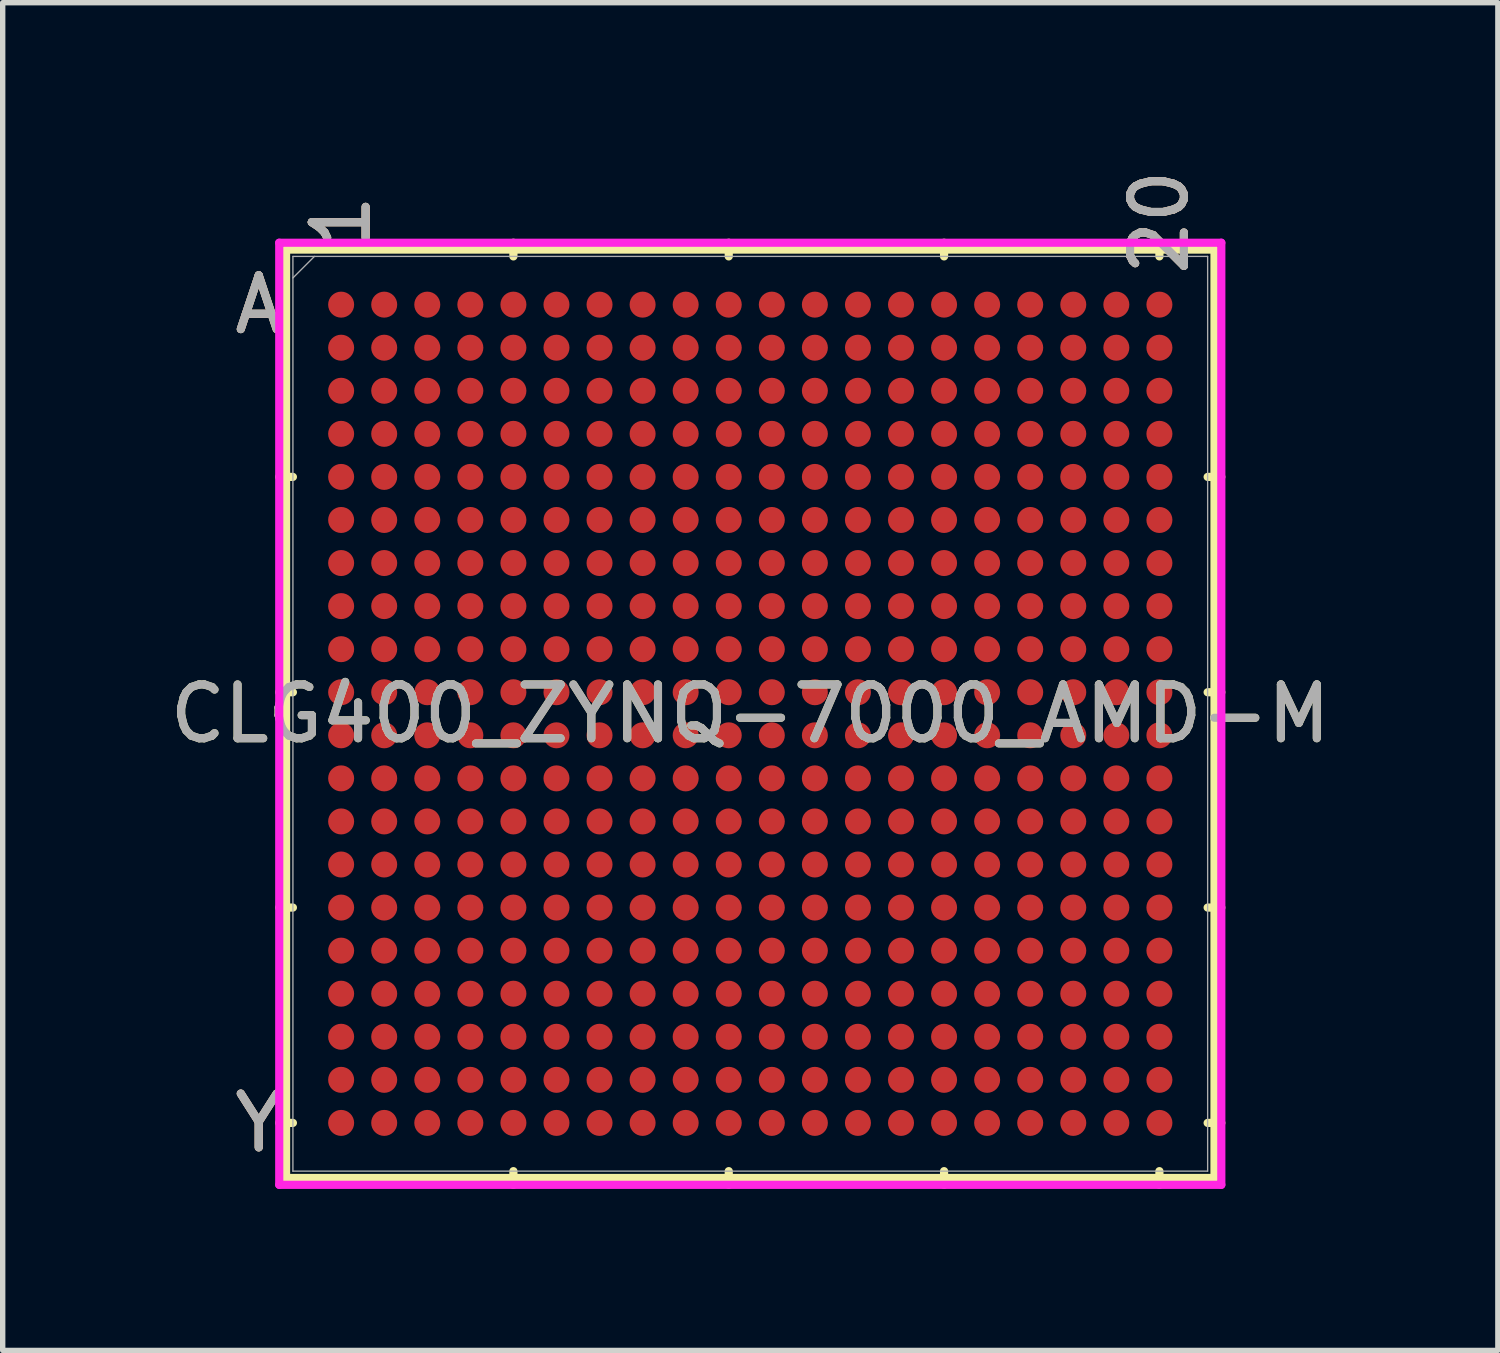
<source format=kicad_pcb>
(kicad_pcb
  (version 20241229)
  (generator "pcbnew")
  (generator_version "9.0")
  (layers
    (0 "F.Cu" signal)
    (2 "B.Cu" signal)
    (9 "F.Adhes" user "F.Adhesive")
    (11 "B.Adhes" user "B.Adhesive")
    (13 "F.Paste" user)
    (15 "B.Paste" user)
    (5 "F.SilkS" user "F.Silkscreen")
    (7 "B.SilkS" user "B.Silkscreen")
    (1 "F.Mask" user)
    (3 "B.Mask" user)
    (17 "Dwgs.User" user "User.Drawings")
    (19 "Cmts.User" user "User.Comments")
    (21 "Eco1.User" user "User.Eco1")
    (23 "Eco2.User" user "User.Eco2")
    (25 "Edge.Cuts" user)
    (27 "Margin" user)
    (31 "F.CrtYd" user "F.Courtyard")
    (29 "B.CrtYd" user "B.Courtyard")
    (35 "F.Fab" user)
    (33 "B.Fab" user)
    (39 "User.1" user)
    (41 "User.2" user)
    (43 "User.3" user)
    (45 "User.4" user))
  (footprint "CLG400_ZYNQ-7000_AMD-M"
    (layer "F.Cu")
    (at 10.887 10.209)
    (property "Reference" "CLG400_ZYNQ-7000_AMD-M" (at 0 0 0) (unlocked yes) (layer "F.SilkS") (effects (font (size 1 1) (thickness 0.15))))
    (attr smd)
    (fp_line (start -8.623 -8.623) (end -8.623 8.623) (stroke (width 0.152) (type solid)) (layer "F.SilkS"))
    (fp_line (start -8.623 8.623) (end 8.623 8.623) (stroke (width 0.152) (type solid)) (layer "F.SilkS"))
    (fp_line (start -8.496 -4.4) (end -8.75 -4.4) (stroke (width 0.152) (type solid)) (layer "F.SilkS"))
    (fp_line (start -8.496 -0.4) (end -8.75 -0.4) (stroke (width 0.152) (type solid)) (layer "F.SilkS"))
    (fp_line (start -8.496 3.6) (end -8.75 3.6) (stroke (width 0.152) (type solid)) (layer "F.SilkS"))
    (fp_line (start -8.496 7.6) (end -8.75 7.6) (stroke (width 0.152) (type solid)) (layer "F.SilkS"))
    (fp_line (start -4.4 -8.496) (end -4.4 -8.75) (stroke (width 0.152) (type solid)) (layer "F.SilkS"))
    (fp_line (start -4.4 8.496) (end -4.4 8.75) (stroke (width 0.152) (type solid)) (layer "F.SilkS"))
    (fp_line (start -0.4 -8.496) (end -0.4 -8.75) (stroke (width 0.152) (type solid)) (layer "F.SilkS"))
    (fp_line (start -0.4 8.496) (end -0.4 8.75) (stroke (width 0.152) (type solid)) (layer "F.SilkS"))
    (fp_line (start 3.6 -8.496) (end 3.6 -8.75) (stroke (width 0.152) (type solid)) (layer "F.SilkS"))
    (fp_line (start 3.6 8.496) (end 3.6 8.75) (stroke (width 0.152) (type solid)) (layer "F.SilkS"))
    (fp_line (start 7.6 -8.496) (end 7.6 -8.75) (stroke (width 0.152) (type solid)) (layer "F.SilkS"))
    (fp_line (start 7.6 8.496) (end 7.6 8.75) (stroke (width 0.152) (type solid)) (layer "F.SilkS"))
    (fp_line (start 8.496 -4.4) (end 8.75 -4.4) (stroke (width 0.152) (type solid)) (layer "F.SilkS"))
    (fp_line (start 8.496 -0.4) (end 8.75 -0.4) (stroke (width 0.152) (type solid)) (layer "F.SilkS"))
    (fp_line (start 8.496 3.6) (end 8.75 3.6) (stroke (width 0.152) (type solid)) (layer "F.SilkS"))
    (fp_line (start 8.496 7.6) (end 8.75 7.6) (stroke (width 0.152) (type solid)) (layer "F.SilkS"))
    (fp_line (start 8.623 -8.623) (end -8.623 -8.623) (stroke (width 0.152) (type solid)) (layer "F.SilkS"))
    (fp_line (start 8.623 8.623) (end 8.623 -8.623) (stroke (width 0.152) (type solid)) (layer "F.SilkS"))
    (fp_poly (pts (xy -8.444 -8.444) (xy 8.444 -8.444) (xy 8.444 8.444) (xy -8.444 8.444)) (stroke (width 0.1) (type solid)) (fill no) (layer "Eco2.User"))
    (fp_line (start -8.75 -8.75) (end 8.75 -8.75) (stroke (width 0.152) (type solid)) (layer "F.CrtYd"))
    (fp_line (start -8.75 8.75) (end -8.75 -8.75) (stroke (width 0.152) (type solid)) (layer "F.CrtYd"))
    (fp_line (start 8.75 -8.75) (end 8.75 8.75) (stroke (width 0.152) (type solid)) (layer "F.CrtYd"))
    (fp_line (start 8.75 8.75) (end -8.75 8.75) (stroke (width 0.152) (type solid)) (layer "F.CrtYd"))
    (fp_line (start -8.496 -8.496) (end -8.496 8.496) (stroke (width 0.025) (type solid)) (layer "F.Fab"))
    (fp_line (start -8.496 8.496) (end 8.496 8.496) (stroke (width 0.025) (type solid)) (layer "F.Fab"))
    (fp_line (start -8.096 -8.496) (end -8.496 -8.096) (stroke (width 0.025) (type solid)) (layer "F.Fab"))
    (fp_line (start 8.496 -8.496) (end -8.496 -8.496) (stroke (width 0.025) (type solid)) (layer "F.Fab"))
    (fp_line (start 8.496 8.496) (end 8.496 -8.496) (stroke (width 0.025) (type solid)) (layer "F.Fab"))
    (fp_text user "A" (at -9.131 -7.6 0) (unlocked yes) (layer "F.SilkS") (effects (font (size 1 1) (thickness 0.15))))
    (fp_text user "Y" (at -9.131 7.6 0) (unlocked yes) (layer "F.SilkS") (effects (font (size 1 1) (thickness 0.15))))
    (fp_text user "20" (at 7.6 -9.131 90) (unlocked yes) (layer "F.SilkS") (effects (font (size 1 1) (thickness 0.15))))
    (fp_text user "1" (at -7.6 -9.131 90) (unlocked yes) (layer "F.SilkS") (effects (font (size 1 1) (thickness 0.15))))
    (fp_text user "A" (at -9.131 -7.6 0) (unlocked yes) (layer "B.SilkS") (effects (font (size 1 1) (thickness 0.15))))
    (fp_text user "Y" (at -9.131 7.6 0) (unlocked yes) (layer "B.SilkS") (effects (font (size 1 1) (thickness 0.15))))
    (fp_text user "20" (at 7.6 -9.131 90) (unlocked yes) (layer "B.SilkS") (effects (font (size 1 1) (thickness 0.15))))
    (fp_text user "1" (at -7.6 -9.131 90) (unlocked yes) (layer "B.SilkS") (effects (font (size 1 1) (thickness 0.15))))
    (fp_text user "${REFERENCE}" (at 0 0 0) (unlocked yes) (layer "F.Fab") (effects (font (size 1 1) (thickness 0.15))))
    (fp_text user "1" (at -7.6 -9.131 90) (unlocked yes) (layer "F.Fab") (effects (font (size 1 1) (thickness 0.15))))
    (fp_text user "Y" (at -9.131 7.6 0) (unlocked yes) (layer "F.Fab") (effects (font (size 1 1) (thickness 0.15))))
    (fp_text user "20" (at 7.6 -9.131 90) (unlocked yes) (layer "F.Fab") (effects (font (size 1 1) (thickness 0.15))))
    (fp_text user "A" (at -9.131 -7.6 0) (unlocked yes) (layer "F.Fab") (effects (font (size 1 1) (thickness 0.15))))
    (pad "A1" smd circle (at -7.6 -7.6) (size 0.483 0.483) (layers "F.Cu" "F.Mask" "F.Paste"))
    (pad "A2" smd circle (at -6.8 -7.6) (size 0.483 0.483) (layers "F.Cu" "F.Mask" "F.Paste"))
    (pad "A3" smd circle (at -6 -7.6) (size 0.483 0.483) (layers "F.Cu" "F.Mask" "F.Paste"))
    (pad "A4" smd circle (at -5.2 -7.6) (size 0.483 0.483) (layers "F.Cu" "F.Mask" "F.Paste"))
    (pad "A5" smd circle (at -4.4 -7.6) (size 0.483 0.483) (layers "F.Cu" "F.Mask" "F.Paste"))
    (pad "A6" smd circle (at -3.6 -7.6) (size 0.483 0.483) (layers "F.Cu" "F.Mask" "F.Paste"))
    (pad "A7" smd circle (at -2.8 -7.6) (size 0.483 0.483) (layers "F.Cu" "F.Mask" "F.Paste"))
    (pad "A8" smd circle (at -2 -7.6) (size 0.483 0.483) (layers "F.Cu" "F.Mask" "F.Paste"))
    (pad "A9" smd circle (at -1.2 -7.6) (size 0.483 0.483) (layers "F.Cu" "F.Mask" "F.Paste"))
    (pad "A10" smd circle (at -0.4 -7.6) (size 0.483 0.483) (layers "F.Cu" "F.Mask" "F.Paste"))
    (pad "A11" smd circle (at 0.4 -7.6) (size 0.483 0.483) (layers "F.Cu" "F.Mask" "F.Paste"))
    (pad "A12" smd circle (at 1.2 -7.6) (size 0.483 0.483) (layers "F.Cu" "F.Mask" "F.Paste"))
    (pad "A13" smd circle (at 2 -7.6) (size 0.483 0.483) (layers "F.Cu" "F.Mask" "F.Paste"))
    (pad "A14" smd circle (at 2.8 -7.6) (size 0.483 0.483) (layers "F.Cu" "F.Mask" "F.Paste"))
    (pad "A15" smd circle (at 3.6 -7.6) (size 0.483 0.483) (layers "F.Cu" "F.Mask" "F.Paste"))
    (pad "A16" smd circle (at 4.4 -7.6) (size 0.483 0.483) (layers "F.Cu" "F.Mask" "F.Paste"))
    (pad "A17" smd circle (at 5.2 -7.6) (size 0.483 0.483) (layers "F.Cu" "F.Mask" "F.Paste"))
    (pad "A18" smd circle (at 6 -7.6) (size 0.483 0.483) (layers "F.Cu" "F.Mask" "F.Paste"))
    (pad "A19" smd circle (at 6.8 -7.6) (size 0.483 0.483) (layers "F.Cu" "F.Mask" "F.Paste"))
    (pad "A20" smd circle (at 7.6 -7.6) (size 0.483 0.483) (layers "F.Cu" "F.Mask" "F.Paste"))
    (pad "B1" smd circle (at -7.6 -6.8) (size 0.483 0.483) (layers "F.Cu" "F.Mask" "F.Paste"))
    (pad "B2" smd circle (at -6.8 -6.8) (size 0.483 0.483) (layers "F.Cu" "F.Mask" "F.Paste"))
    (pad "B3" smd circle (at -6 -6.8) (size 0.483 0.483) (layers "F.Cu" "F.Mask" "F.Paste"))
    (pad "B4" smd circle (at -5.2 -6.8) (size 0.483 0.483) (layers "F.Cu" "F.Mask" "F.Paste"))
    (pad "B5" smd circle (at -4.4 -6.8) (size 0.483 0.483) (layers "F.Cu" "F.Mask" "F.Paste"))
    (pad "B6" smd circle (at -3.6 -6.8) (size 0.483 0.483) (layers "F.Cu" "F.Mask" "F.Paste"))
    (pad "B7" smd circle (at -2.8 -6.8) (size 0.483 0.483) (layers "F.Cu" "F.Mask" "F.Paste"))
    (pad "B8" smd circle (at -2 -6.8) (size 0.483 0.483) (layers "F.Cu" "F.Mask" "F.Paste"))
    (pad "B9" smd circle (at -1.2 -6.8) (size 0.483 0.483) (layers "F.Cu" "F.Mask" "F.Paste"))
    (pad "B10" smd circle (at -0.4 -6.8) (size 0.483 0.483) (layers "F.Cu" "F.Mask" "F.Paste"))
    (pad "B11" smd circle (at 0.4 -6.8) (size 0.483 0.483) (layers "F.Cu" "F.Mask" "F.Paste"))
    (pad "B12" smd circle (at 1.2 -6.8) (size 0.483 0.483) (layers "F.Cu" "F.Mask" "F.Paste"))
    (pad "B13" smd circle (at 2 -6.8) (size 0.483 0.483) (layers "F.Cu" "F.Mask" "F.Paste"))
    (pad "B14" smd circle (at 2.8 -6.8) (size 0.483 0.483) (layers "F.Cu" "F.Mask" "F.Paste"))
    (pad "B15" smd circle (at 3.6 -6.8) (size 0.483 0.483) (layers "F.Cu" "F.Mask" "F.Paste"))
    (pad "B16" smd circle (at 4.4 -6.8) (size 0.483 0.483) (layers "F.Cu" "F.Mask" "F.Paste"))
    (pad "B17" smd circle (at 5.2 -6.8) (size 0.483 0.483) (layers "F.Cu" "F.Mask" "F.Paste"))
    (pad "B18" smd circle (at 6 -6.8) (size 0.483 0.483) (layers "F.Cu" "F.Mask" "F.Paste"))
    (pad "B19" smd circle (at 6.8 -6.8) (size 0.483 0.483) (layers "F.Cu" "F.Mask" "F.Paste"))
    (pad "B20" smd circle (at 7.6 -6.8) (size 0.483 0.483) (layers "F.Cu" "F.Mask" "F.Paste"))
    (pad "C1" smd circle (at -7.6 -6) (size 0.483 0.483) (layers "F.Cu" "F.Mask" "F.Paste"))
    (pad "C2" smd circle (at -6.8 -6) (size 0.483 0.483) (layers "F.Cu" "F.Mask" "F.Paste"))
    (pad "C3" smd circle (at -6 -6) (size 0.483 0.483) (layers "F.Cu" "F.Mask" "F.Paste"))
    (pad "C4" smd circle (at -5.2 -6) (size 0.483 0.483) (layers "F.Cu" "F.Mask" "F.Paste"))
    (pad "C5" smd circle (at -4.4 -6) (size 0.483 0.483) (layers "F.Cu" "F.Mask" "F.Paste"))
    (pad "C6" smd circle (at -3.6 -6) (size 0.483 0.483) (layers "F.Cu" "F.Mask" "F.Paste"))
    (pad "C7" smd circle (at -2.8 -6) (size 0.483 0.483) (layers "F.Cu" "F.Mask" "F.Paste"))
    (pad "C8" smd circle (at -2 -6) (size 0.483 0.483) (layers "F.Cu" "F.Mask" "F.Paste"))
    (pad "C9" smd circle (at -1.2 -6) (size 0.483 0.483) (layers "F.Cu" "F.Mask" "F.Paste"))
    (pad "C10" smd circle (at -0.4 -6) (size 0.483 0.483) (layers "F.Cu" "F.Mask" "F.Paste"))
    (pad "C11" smd circle (at 0.4 -6) (size 0.483 0.483) (layers "F.Cu" "F.Mask" "F.Paste"))
    (pad "C12" smd circle (at 1.2 -6) (size 0.483 0.483) (layers "F.Cu" "F.Mask" "F.Paste"))
    (pad "C13" smd circle (at 2 -6) (size 0.483 0.483) (layers "F.Cu" "F.Mask" "F.Paste"))
    (pad "C14" smd circle (at 2.8 -6) (size 0.483 0.483) (layers "F.Cu" "F.Mask" "F.Paste"))
    (pad "C15" smd circle (at 3.6 -6) (size 0.483 0.483) (layers "F.Cu" "F.Mask" "F.Paste"))
    (pad "C16" smd circle (at 4.4 -6) (size 0.483 0.483) (layers "F.Cu" "F.Mask" "F.Paste"))
    (pad "C17" smd circle (at 5.2 -6) (size 0.483 0.483) (layers "F.Cu" "F.Mask" "F.Paste"))
    (pad "C18" smd circle (at 6 -6) (size 0.483 0.483) (layers "F.Cu" "F.Mask" "F.Paste"))
    (pad "C19" smd circle (at 6.8 -6) (size 0.483 0.483) (layers "F.Cu" "F.Mask" "F.Paste"))
    (pad "C20" smd circle (at 7.6 -6) (size 0.483 0.483) (layers "F.Cu" "F.Mask" "F.Paste"))
    (pad "D1" smd circle (at -7.6 -5.2) (size 0.483 0.483) (layers "F.Cu" "F.Mask" "F.Paste"))
    (pad "D2" smd circle (at -6.8 -5.2) (size 0.483 0.483) (layers "F.Cu" "F.Mask" "F.Paste"))
    (pad "D3" smd circle (at -6 -5.2) (size 0.483 0.483) (layers "F.Cu" "F.Mask" "F.Paste"))
    (pad "D4" smd circle (at -5.2 -5.2) (size 0.483 0.483) (layers "F.Cu" "F.Mask" "F.Paste"))
    (pad "D5" smd circle (at -4.4 -5.2) (size 0.483 0.483) (layers "F.Cu" "F.Mask" "F.Paste"))
    (pad "D6" smd circle (at -3.6 -5.2) (size 0.483 0.483) (layers "F.Cu" "F.Mask" "F.Paste"))
    (pad "D7" smd circle (at -2.8 -5.2) (size 0.483 0.483) (layers "F.Cu" "F.Mask" "F.Paste"))
    (pad "D8" smd circle (at -2 -5.2) (size 0.483 0.483) (layers "F.Cu" "F.Mask" "F.Paste"))
    (pad "D9" smd circle (at -1.2 -5.2) (size 0.483 0.483) (layers "F.Cu" "F.Mask" "F.Paste"))
    (pad "D10" smd circle (at -0.4 -5.2) (size 0.483 0.483) (layers "F.Cu" "F.Mask" "F.Paste"))
    (pad "D11" smd circle (at 0.4 -5.2) (size 0.483 0.483) (layers "F.Cu" "F.Mask" "F.Paste"))
    (pad "D12" smd circle (at 1.2 -5.2) (size 0.483 0.483) (layers "F.Cu" "F.Mask" "F.Paste"))
    (pad "D13" smd circle (at 2 -5.2) (size 0.483 0.483) (layers "F.Cu" "F.Mask" "F.Paste"))
    (pad "D14" smd circle (at 2.8 -5.2) (size 0.483 0.483) (layers "F.Cu" "F.Mask" "F.Paste"))
    (pad "D15" smd circle (at 3.6 -5.2) (size 0.483 0.483) (layers "F.Cu" "F.Mask" "F.Paste"))
    (pad "D16" smd circle (at 4.4 -5.2) (size 0.483 0.483) (layers "F.Cu" "F.Mask" "F.Paste"))
    (pad "D17" smd circle (at 5.2 -5.2) (size 0.483 0.483) (layers "F.Cu" "F.Mask" "F.Paste"))
    (pad "D18" smd circle (at 6 -5.2) (size 0.483 0.483) (layers "F.Cu" "F.Mask" "F.Paste"))
    (pad "D19" smd circle (at 6.8 -5.2) (size 0.483 0.483) (layers "F.Cu" "F.Mask" "F.Paste"))
    (pad "D20" smd circle (at 7.6 -5.2) (size 0.483 0.483) (layers "F.Cu" "F.Mask" "F.Paste"))
    (pad "E1" smd circle (at -7.6 -4.4) (size 0.483 0.483) (layers "F.Cu" "F.Mask" "F.Paste"))
    (pad "E2" smd circle (at -6.8 -4.4) (size 0.483 0.483) (layers "F.Cu" "F.Mask" "F.Paste"))
    (pad "E3" smd circle (at -6 -4.4) (size 0.483 0.483) (layers "F.Cu" "F.Mask" "F.Paste"))
    (pad "E4" smd circle (at -5.2 -4.4) (size 0.483 0.483) (layers "F.Cu" "F.Mask" "F.Paste"))
    (pad "E5" smd circle (at -4.4 -4.4) (size 0.483 0.483) (layers "F.Cu" "F.Mask" "F.Paste"))
    (pad "E6" smd circle (at -3.6 -4.4) (size 0.483 0.483) (layers "F.Cu" "F.Mask" "F.Paste"))
    (pad "E7" smd circle (at -2.8 -4.4) (size 0.483 0.483) (layers "F.Cu" "F.Mask" "F.Paste"))
    (pad "E8" smd circle (at -2 -4.4) (size 0.483 0.483) (layers "F.Cu" "F.Mask" "F.Paste"))
    (pad "E9" smd circle (at -1.2 -4.4) (size 0.483 0.483) (layers "F.Cu" "F.Mask" "F.Paste"))
    (pad "E10" smd circle (at -0.4 -4.4) (size 0.483 0.483) (layers "F.Cu" "F.Mask" "F.Paste"))
    (pad "E11" smd circle (at 0.4 -4.4) (size 0.483 0.483) (layers "F.Cu" "F.Mask" "F.Paste"))
    (pad "E12" smd circle (at 1.2 -4.4) (size 0.483 0.483) (layers "F.Cu" "F.Mask" "F.Paste"))
    (pad "E13" smd circle (at 2 -4.4) (size 0.483 0.483) (layers "F.Cu" "F.Mask" "F.Paste"))
    (pad "E14" smd circle (at 2.8 -4.4) (size 0.483 0.483) (layers "F.Cu" "F.Mask" "F.Paste"))
    (pad "E15" smd circle (at 3.6 -4.4) (size 0.483 0.483) (layers "F.Cu" "F.Mask" "F.Paste"))
    (pad "E16" smd circle (at 4.4 -4.4) (size 0.483 0.483) (layers "F.Cu" "F.Mask" "F.Paste"))
    (pad "E17" smd circle (at 5.2 -4.4) (size 0.483 0.483) (layers "F.Cu" "F.Mask" "F.Paste"))
    (pad "E18" smd circle (at 6 -4.4) (size 0.483 0.483) (layers "F.Cu" "F.Mask" "F.Paste"))
    (pad "E19" smd circle (at 6.8 -4.4) (size 0.483 0.483) (layers "F.Cu" "F.Mask" "F.Paste"))
    (pad "E20" smd circle (at 7.6 -4.4) (size 0.483 0.483) (layers "F.Cu" "F.Mask" "F.Paste"))
    (pad "F1" smd circle (at -7.6 -3.6) (size 0.483 0.483) (layers "F.Cu" "F.Mask" "F.Paste"))
    (pad "F2" smd circle (at -6.8 -3.6) (size 0.483 0.483) (layers "F.Cu" "F.Mask" "F.Paste"))
    (pad "F3" smd circle (at -6 -3.6) (size 0.483 0.483) (layers "F.Cu" "F.Mask" "F.Paste"))
    (pad "F4" smd circle (at -5.2 -3.6) (size 0.483 0.483) (layers "F.Cu" "F.Mask" "F.Paste"))
    (pad "F5" smd circle (at -4.4 -3.6) (size 0.483 0.483) (layers "F.Cu" "F.Mask" "F.Paste"))
    (pad "F6" smd circle (at -3.6 -3.6) (size 0.483 0.483) (layers "F.Cu" "F.Mask" "F.Paste"))
    (pad "F7" smd circle (at -2.8 -3.6) (size 0.483 0.483) (layers "F.Cu" "F.Mask" "F.Paste"))
    (pad "F8" smd circle (at -2 -3.6) (size 0.483 0.483) (layers "F.Cu" "F.Mask" "F.Paste"))
    (pad "F9" smd circle (at -1.2 -3.6) (size 0.483 0.483) (layers "F.Cu" "F.Mask" "F.Paste"))
    (pad "F10" smd circle (at -0.4 -3.6) (size 0.483 0.483) (layers "F.Cu" "F.Mask" "F.Paste"))
    (pad "F11" smd circle (at 0.4 -3.6) (size 0.483 0.483) (layers "F.Cu" "F.Mask" "F.Paste"))
    (pad "F12" smd circle (at 1.2 -3.6) (size 0.483 0.483) (layers "F.Cu" "F.Mask" "F.Paste"))
    (pad "F13" smd circle (at 2 -3.6) (size 0.483 0.483) (layers "F.Cu" "F.Mask" "F.Paste"))
    (pad "F14" smd circle (at 2.8 -3.6) (size 0.483 0.483) (layers "F.Cu" "F.Mask" "F.Paste"))
    (pad "F15" smd circle (at 3.6 -3.6) (size 0.483 0.483) (layers "F.Cu" "F.Mask" "F.Paste"))
    (pad "F16" smd circle (at 4.4 -3.6) (size 0.483 0.483) (layers "F.Cu" "F.Mask" "F.Paste"))
    (pad "F17" smd circle (at 5.2 -3.6) (size 0.483 0.483) (layers "F.Cu" "F.Mask" "F.Paste"))
    (pad "F18" smd circle (at 6 -3.6) (size 0.483 0.483) (layers "F.Cu" "F.Mask" "F.Paste"))
    (pad "F19" smd circle (at 6.8 -3.6) (size 0.483 0.483) (layers "F.Cu" "F.Mask" "F.Paste"))
    (pad "F20" smd circle (at 7.6 -3.6) (size 0.483 0.483) (layers "F.Cu" "F.Mask" "F.Paste"))
    (pad "G1" smd circle (at -7.6 -2.8) (size 0.483 0.483) (layers "F.Cu" "F.Mask" "F.Paste"))
    (pad "G2" smd circle (at -6.8 -2.8) (size 0.483 0.483) (layers "F.Cu" "F.Mask" "F.Paste"))
    (pad "G3" smd circle (at -6 -2.8) (size 0.483 0.483) (layers "F.Cu" "F.Mask" "F.Paste"))
    (pad "G4" smd circle (at -5.2 -2.8) (size 0.483 0.483) (layers "F.Cu" "F.Mask" "F.Paste"))
    (pad "G5" smd circle (at -4.4 -2.8) (size 0.483 0.483) (layers "F.Cu" "F.Mask" "F.Paste"))
    (pad "G6" smd circle (at -3.6 -2.8) (size 0.483 0.483) (layers "F.Cu" "F.Mask" "F.Paste"))
    (pad "G7" smd circle (at -2.8 -2.8) (size 0.483 0.483) (layers "F.Cu" "F.Mask" "F.Paste"))
    (pad "G8" smd circle (at -2 -2.8) (size 0.483 0.483) (layers "F.Cu" "F.Mask" "F.Paste"))
    (pad "G9" smd circle (at -1.2 -2.8) (size 0.483 0.483) (layers "F.Cu" "F.Mask" "F.Paste"))
    (pad "G10" smd circle (at -0.4 -2.8) (size 0.483 0.483) (layers "F.Cu" "F.Mask" "F.Paste"))
    (pad "G11" smd circle (at 0.4 -2.8) (size 0.483 0.483) (layers "F.Cu" "F.Mask" "F.Paste"))
    (pad "G12" smd circle (at 1.2 -2.8) (size 0.483 0.483) (layers "F.Cu" "F.Mask" "F.Paste"))
    (pad "G13" smd circle (at 2 -2.8) (size 0.483 0.483) (layers "F.Cu" "F.Mask" "F.Paste"))
    (pad "G14" smd circle (at 2.8 -2.8) (size 0.483 0.483) (layers "F.Cu" "F.Mask" "F.Paste"))
    (pad "G15" smd circle (at 3.6 -2.8) (size 0.483 0.483) (layers "F.Cu" "F.Mask" "F.Paste"))
    (pad "G16" smd circle (at 4.4 -2.8) (size 0.483 0.483) (layers "F.Cu" "F.Mask" "F.Paste"))
    (pad "G17" smd circle (at 5.2 -2.8) (size 0.483 0.483) (layers "F.Cu" "F.Mask" "F.Paste"))
    (pad "G18" smd circle (at 6 -2.8) (size 0.483 0.483) (layers "F.Cu" "F.Mask" "F.Paste"))
    (pad "G19" smd circle (at 6.8 -2.8) (size 0.483 0.483) (layers "F.Cu" "F.Mask" "F.Paste"))
    (pad "G20" smd circle (at 7.6 -2.8) (size 0.483 0.483) (layers "F.Cu" "F.Mask" "F.Paste"))
    (pad "H1" smd circle (at -7.6 -2) (size 0.483 0.483) (layers "F.Cu" "F.Mask" "F.Paste"))
    (pad "H2" smd circle (at -6.8 -2) (size 0.483 0.483) (layers "F.Cu" "F.Mask" "F.Paste"))
    (pad "H3" smd circle (at -6 -2) (size 0.483 0.483) (layers "F.Cu" "F.Mask" "F.Paste"))
    (pad "H4" smd circle (at -5.2 -2) (size 0.483 0.483) (layers "F.Cu" "F.Mask" "F.Paste"))
    (pad "H5" smd circle (at -4.4 -2) (size 0.483 0.483) (layers "F.Cu" "F.Mask" "F.Paste"))
    (pad "H6" smd circle (at -3.6 -2) (size 0.483 0.483) (layers "F.Cu" "F.Mask" "F.Paste"))
    (pad "H7" smd circle (at -2.8 -2) (size 0.483 0.483) (layers "F.Cu" "F.Mask" "F.Paste"))
    (pad "H8" smd circle (at -2 -2) (size 0.483 0.483) (layers "F.Cu" "F.Mask" "F.Paste"))
    (pad "H9" smd circle (at -1.2 -2) (size 0.483 0.483) (layers "F.Cu" "F.Mask" "F.Paste"))
    (pad "H10" smd circle (at -0.4 -2) (size 0.483 0.483) (layers "F.Cu" "F.Mask" "F.Paste"))
    (pad "H11" smd circle (at 0.4 -2) (size 0.483 0.483) (layers "F.Cu" "F.Mask" "F.Paste"))
    (pad "H12" smd circle (at 1.2 -2) (size 0.483 0.483) (layers "F.Cu" "F.Mask" "F.Paste"))
    (pad "H13" smd circle (at 2 -2) (size 0.483 0.483) (layers "F.Cu" "F.Mask" "F.Paste"))
    (pad "H14" smd circle (at 2.8 -2) (size 0.483 0.483) (layers "F.Cu" "F.Mask" "F.Paste"))
    (pad "H15" smd circle (at 3.6 -2) (size 0.483 0.483) (layers "F.Cu" "F.Mask" "F.Paste"))
    (pad "H16" smd circle (at 4.4 -2) (size 0.483 0.483) (layers "F.Cu" "F.Mask" "F.Paste"))
    (pad "H17" smd circle (at 5.2 -2) (size 0.483 0.483) (layers "F.Cu" "F.Mask" "F.Paste"))
    (pad "H18" smd circle (at 6 -2) (size 0.483 0.483) (layers "F.Cu" "F.Mask" "F.Paste"))
    (pad "H19" smd circle (at 6.8 -2) (size 0.483 0.483) (layers "F.Cu" "F.Mask" "F.Paste"))
    (pad "H20" smd circle (at 7.6 -2) (size 0.483 0.483) (layers "F.Cu" "F.Mask" "F.Paste"))
    (pad "J1" smd circle (at -7.6 -1.2) (size 0.483 0.483) (layers "F.Cu" "F.Mask" "F.Paste"))
    (pad "J2" smd circle (at -6.8 -1.2) (size 0.483 0.483) (layers "F.Cu" "F.Mask" "F.Paste"))
    (pad "J3" smd circle (at -6 -1.2) (size 0.483 0.483) (layers "F.Cu" "F.Mask" "F.Paste"))
    (pad "J4" smd circle (at -5.2 -1.2) (size 0.483 0.483) (layers "F.Cu" "F.Mask" "F.Paste"))
    (pad "J5" smd circle (at -4.4 -1.2) (size 0.483 0.483) (layers "F.Cu" "F.Mask" "F.Paste"))
    (pad "J6" smd circle (at -3.6 -1.2) (size 0.483 0.483) (layers "F.Cu" "F.Mask" "F.Paste"))
    (pad "J7" smd circle (at -2.8 -1.2) (size 0.483 0.483) (layers "F.Cu" "F.Mask" "F.Paste"))
    (pad "J8" smd circle (at -2 -1.2) (size 0.483 0.483) (layers "F.Cu" "F.Mask" "F.Paste"))
    (pad "J9" smd circle (at -1.2 -1.2) (size 0.483 0.483) (layers "F.Cu" "F.Mask" "F.Paste"))
    (pad "J10" smd circle (at -0.4 -1.2) (size 0.483 0.483) (layers "F.Cu" "F.Mask" "F.Paste"))
    (pad "J11" smd circle (at 0.4 -1.2) (size 0.483 0.483) (layers "F.Cu" "F.Mask" "F.Paste"))
    (pad "J12" smd circle (at 1.2 -1.2) (size 0.483 0.483) (layers "F.Cu" "F.Mask" "F.Paste"))
    (pad "J13" smd circle (at 2 -1.2) (size 0.483 0.483) (layers "F.Cu" "F.Mask" "F.Paste"))
    (pad "J14" smd circle (at 2.8 -1.2) (size 0.483 0.483) (layers "F.Cu" "F.Mask" "F.Paste"))
    (pad "J15" smd circle (at 3.6 -1.2) (size 0.483 0.483) (layers "F.Cu" "F.Mask" "F.Paste"))
    (pad "J16" smd circle (at 4.4 -1.2) (size 0.483 0.483) (layers "F.Cu" "F.Mask" "F.Paste"))
    (pad "J17" smd circle (at 5.2 -1.2) (size 0.483 0.483) (layers "F.Cu" "F.Mask" "F.Paste"))
    (pad "J18" smd circle (at 6 -1.2) (size 0.483 0.483) (layers "F.Cu" "F.Mask" "F.Paste"))
    (pad "J19" smd circle (at 6.8 -1.2) (size 0.483 0.483) (layers "F.Cu" "F.Mask" "F.Paste"))
    (pad "J20" smd circle (at 7.6 -1.2) (size 0.483 0.483) (layers "F.Cu" "F.Mask" "F.Paste"))
    (pad "K1" smd circle (at -7.6 -0.4) (size 0.483 0.483) (layers "F.Cu" "F.Mask" "F.Paste"))
    (pad "K2" smd circle (at -6.8 -0.4) (size 0.483 0.483) (layers "F.Cu" "F.Mask" "F.Paste"))
    (pad "K3" smd circle (at -6 -0.4) (size 0.483 0.483) (layers "F.Cu" "F.Mask" "F.Paste"))
    (pad "K4" smd circle (at -5.2 -0.4) (size 0.483 0.483) (layers "F.Cu" "F.Mask" "F.Paste"))
    (pad "K5" smd circle (at -4.4 -0.4) (size 0.483 0.483) (layers "F.Cu" "F.Mask" "F.Paste"))
    (pad "K6" smd circle (at -3.6 -0.4) (size 0.483 0.483) (layers "F.Cu" "F.Mask" "F.Paste"))
    (pad "K7" smd circle (at -2.8 -0.4) (size 0.483 0.483) (layers "F.Cu" "F.Mask" "F.Paste"))
    (pad "K8" smd circle (at -2 -0.4) (size 0.483 0.483) (layers "F.Cu" "F.Mask" "F.Paste"))
    (pad "K9" smd circle (at -1.2 -0.4) (size 0.483 0.483) (layers "F.Cu" "F.Mask" "F.Paste"))
    (pad "K10" smd circle (at -0.4 -0.4) (size 0.483 0.483) (layers "F.Cu" "F.Mask" "F.Paste"))
    (pad "K11" smd circle (at 0.4 -0.4) (size 0.483 0.483) (layers "F.Cu" "F.Mask" "F.Paste"))
    (pad "K12" smd circle (at 1.2 -0.4) (size 0.483 0.483) (layers "F.Cu" "F.Mask" "F.Paste"))
    (pad "K13" smd circle (at 2 -0.4) (size 0.483 0.483) (layers "F.Cu" "F.Mask" "F.Paste"))
    (pad "K14" smd circle (at 2.8 -0.4) (size 0.483 0.483) (layers "F.Cu" "F.Mask" "F.Paste"))
    (pad "K15" smd circle (at 3.6 -0.4) (size 0.483 0.483) (layers "F.Cu" "F.Mask" "F.Paste"))
    (pad "K16" smd circle (at 4.4 -0.4) (size 0.483 0.483) (layers "F.Cu" "F.Mask" "F.Paste"))
    (pad "K17" smd circle (at 5.2 -0.4) (size 0.483 0.483) (layers "F.Cu" "F.Mask" "F.Paste"))
    (pad "K18" smd circle (at 6 -0.4) (size 0.483 0.483) (layers "F.Cu" "F.Mask" "F.Paste"))
    (pad "K19" smd circle (at 6.8 -0.4) (size 0.483 0.483) (layers "F.Cu" "F.Mask" "F.Paste"))
    (pad "K20" smd circle (at 7.6 -0.4) (size 0.483 0.483) (layers "F.Cu" "F.Mask" "F.Paste"))
    (pad "L1" smd circle (at -7.6 0.4) (size 0.483 0.483) (layers "F.Cu" "F.Mask" "F.Paste"))
    (pad "L2" smd circle (at -6.8 0.4) (size 0.483 0.483) (layers "F.Cu" "F.Mask" "F.Paste"))
    (pad "L3" smd circle (at -6 0.4) (size 0.483 0.483) (layers "F.Cu" "F.Mask" "F.Paste"))
    (pad "L4" smd circle (at -5.2 0.4) (size 0.483 0.483) (layers "F.Cu" "F.Mask" "F.Paste"))
    (pad "L5" smd circle (at -4.4 0.4) (size 0.483 0.483) (layers "F.Cu" "F.Mask" "F.Paste"))
    (pad "L6" smd circle (at -3.6 0.4) (size 0.483 0.483) (layers "F.Cu" "F.Mask" "F.Paste"))
    (pad "L7" smd circle (at -2.8 0.4) (size 0.483 0.483) (layers "F.Cu" "F.Mask" "F.Paste"))
    (pad "L8" smd circle (at -2 0.4) (size 0.483 0.483) (layers "F.Cu" "F.Mask" "F.Paste"))
    (pad "L9" smd circle (at -1.2 0.4) (size 0.483 0.483) (layers "F.Cu" "F.Mask" "F.Paste"))
    (pad "L10" smd circle (at -0.4 0.4) (size 0.483 0.483) (layers "F.Cu" "F.Mask" "F.Paste"))
    (pad "L11" smd circle (at 0.4 0.4) (size 0.483 0.483) (layers "F.Cu" "F.Mask" "F.Paste"))
    (pad "L12" smd circle (at 1.2 0.4) (size 0.483 0.483) (layers "F.Cu" "F.Mask" "F.Paste"))
    (pad "L13" smd circle (at 2 0.4) (size 0.483 0.483) (layers "F.Cu" "F.Mask" "F.Paste"))
    (pad "L14" smd circle (at 2.8 0.4) (size 0.483 0.483) (layers "F.Cu" "F.Mask" "F.Paste"))
    (pad "L15" smd circle (at 3.6 0.4) (size 0.483 0.483) (layers "F.Cu" "F.Mask" "F.Paste"))
    (pad "L16" smd circle (at 4.4 0.4) (size 0.483 0.483) (layers "F.Cu" "F.Mask" "F.Paste"))
    (pad "L17" smd circle (at 5.2 0.4) (size 0.483 0.483) (layers "F.Cu" "F.Mask" "F.Paste"))
    (pad "L18" smd circle (at 6 0.4) (size 0.483 0.483) (layers "F.Cu" "F.Mask" "F.Paste"))
    (pad "L19" smd circle (at 6.8 0.4) (size 0.483 0.483) (layers "F.Cu" "F.Mask" "F.Paste"))
    (pad "L20" smd circle (at 7.6 0.4) (size 0.483 0.483) (layers "F.Cu" "F.Mask" "F.Paste"))
    (pad "M1" smd circle (at -7.6 1.2) (size 0.483 0.483) (layers "F.Cu" "F.Mask" "F.Paste"))
    (pad "M2" smd circle (at -6.8 1.2) (size 0.483 0.483) (layers "F.Cu" "F.Mask" "F.Paste"))
    (pad "M3" smd circle (at -6 1.2) (size 0.483 0.483) (layers "F.Cu" "F.Mask" "F.Paste"))
    (pad "M4" smd circle (at -5.2 1.2) (size 0.483 0.483) (layers "F.Cu" "F.Mask" "F.Paste"))
    (pad "M5" smd circle (at -4.4 1.2) (size 0.483 0.483) (layers "F.Cu" "F.Mask" "F.Paste"))
    (pad "M6" smd circle (at -3.6 1.2) (size 0.483 0.483) (layers "F.Cu" "F.Mask" "F.Paste"))
    (pad "M7" smd circle (at -2.8 1.2) (size 0.483 0.483) (layers "F.Cu" "F.Mask" "F.Paste"))
    (pad "M8" smd circle (at -2 1.2) (size 0.483 0.483) (layers "F.Cu" "F.Mask" "F.Paste"))
    (pad "M9" smd circle (at -1.2 1.2) (size 0.483 0.483) (layers "F.Cu" "F.Mask" "F.Paste"))
    (pad "M10" smd circle (at -0.4 1.2) (size 0.483 0.483) (layers "F.Cu" "F.Mask" "F.Paste"))
    (pad "M11" smd circle (at 0.4 1.2) (size 0.483 0.483) (layers "F.Cu" "F.Mask" "F.Paste"))
    (pad "M12" smd circle (at 1.2 1.2) (size 0.483 0.483) (layers "F.Cu" "F.Mask" "F.Paste"))
    (pad "M13" smd circle (at 2 1.2) (size 0.483 0.483) (layers "F.Cu" "F.Mask" "F.Paste"))
    (pad "M14" smd circle (at 2.8 1.2) (size 0.483 0.483) (layers "F.Cu" "F.Mask" "F.Paste"))
    (pad "M15" smd circle (at 3.6 1.2) (size 0.483 0.483) (layers "F.Cu" "F.Mask" "F.Paste"))
    (pad "M16" smd circle (at 4.4 1.2) (size 0.483 0.483) (layers "F.Cu" "F.Mask" "F.Paste"))
    (pad "M17" smd circle (at 5.2 1.2) (size 0.483 0.483) (layers "F.Cu" "F.Mask" "F.Paste"))
    (pad "M18" smd circle (at 6 1.2) (size 0.483 0.483) (layers "F.Cu" "F.Mask" "F.Paste"))
    (pad "M19" smd circle (at 6.8 1.2) (size 0.483 0.483) (layers "F.Cu" "F.Mask" "F.Paste"))
    (pad "M20" smd circle (at 7.6 1.2) (size 0.483 0.483) (layers "F.Cu" "F.Mask" "F.Paste"))
    (pad "N1" smd circle (at -7.6 2) (size 0.483 0.483) (layers "F.Cu" "F.Mask" "F.Paste"))
    (pad "N2" smd circle (at -6.8 2) (size 0.483 0.483) (layers "F.Cu" "F.Mask" "F.Paste"))
    (pad "N3" smd circle (at -6 2) (size 0.483 0.483) (layers "F.Cu" "F.Mask" "F.Paste"))
    (pad "N4" smd circle (at -5.2 2) (size 0.483 0.483) (layers "F.Cu" "F.Mask" "F.Paste"))
    (pad "N5" smd circle (at -4.4 2) (size 0.483 0.483) (layers "F.Cu" "F.Mask" "F.Paste"))
    (pad "N6" smd circle (at -3.6 2) (size 0.483 0.483) (layers "F.Cu" "F.Mask" "F.Paste"))
    (pad "N7" smd circle (at -2.8 2) (size 0.483 0.483) (layers "F.Cu" "F.Mask" "F.Paste"))
    (pad "N8" smd circle (at -2 2) (size 0.483 0.483) (layers "F.Cu" "F.Mask" "F.Paste"))
    (pad "N9" smd circle (at -1.2 2) (size 0.483 0.483) (layers "F.Cu" "F.Mask" "F.Paste"))
    (pad "N10" smd circle (at -0.4 2) (size 0.483 0.483) (layers "F.Cu" "F.Mask" "F.Paste"))
    (pad "N11" smd circle (at 0.4 2) (size 0.483 0.483) (layers "F.Cu" "F.Mask" "F.Paste"))
    (pad "N12" smd circle (at 1.2 2) (size 0.483 0.483) (layers "F.Cu" "F.Mask" "F.Paste"))
    (pad "N13" smd circle (at 2 2) (size 0.483 0.483) (layers "F.Cu" "F.Mask" "F.Paste"))
    (pad "N14" smd circle (at 2.8 2) (size 0.483 0.483) (layers "F.Cu" "F.Mask" "F.Paste"))
    (pad "N15" smd circle (at 3.6 2) (size 0.483 0.483) (layers "F.Cu" "F.Mask" "F.Paste"))
    (pad "N16" smd circle (at 4.4 2) (size 0.483 0.483) (layers "F.Cu" "F.Mask" "F.Paste"))
    (pad "N17" smd circle (at 5.2 2) (size 0.483 0.483) (layers "F.Cu" "F.Mask" "F.Paste"))
    (pad "N18" smd circle (at 6 2) (size 0.483 0.483) (layers "F.Cu" "F.Mask" "F.Paste"))
    (pad "N19" smd circle (at 6.8 2) (size 0.483 0.483) (layers "F.Cu" "F.Mask" "F.Paste"))
    (pad "N20" smd circle (at 7.6 2) (size 0.483 0.483) (layers "F.Cu" "F.Mask" "F.Paste"))
    (pad "P1" smd circle (at -7.6 2.8) (size 0.483 0.483) (layers "F.Cu" "F.Mask" "F.Paste"))
    (pad "P2" smd circle (at -6.8 2.8) (size 0.483 0.483) (layers "F.Cu" "F.Mask" "F.Paste"))
    (pad "P3" smd circle (at -6 2.8) (size 0.483 0.483) (layers "F.Cu" "F.Mask" "F.Paste"))
    (pad "P4" smd circle (at -5.2 2.8) (size 0.483 0.483) (layers "F.Cu" "F.Mask" "F.Paste"))
    (pad "P5" smd circle (at -4.4 2.8) (size 0.483 0.483) (layers "F.Cu" "F.Mask" "F.Paste"))
    (pad "P6" smd circle (at -3.6 2.8) (size 0.483 0.483) (layers "F.Cu" "F.Mask" "F.Paste"))
    (pad "P7" smd circle (at -2.8 2.8) (size 0.483 0.483) (layers "F.Cu" "F.Mask" "F.Paste"))
    (pad "P8" smd circle (at -2 2.8) (size 0.483 0.483) (layers "F.Cu" "F.Mask" "F.Paste"))
    (pad "P9" smd circle (at -1.2 2.8) (size 0.483 0.483) (layers "F.Cu" "F.Mask" "F.Paste"))
    (pad "P10" smd circle (at -0.4 2.8) (size 0.483 0.483) (layers "F.Cu" "F.Mask" "F.Paste"))
    (pad "P11" smd circle (at 0.4 2.8) (size 0.483 0.483) (layers "F.Cu" "F.Mask" "F.Paste"))
    (pad "P12" smd circle (at 1.2 2.8) (size 0.483 0.483) (layers "F.Cu" "F.Mask" "F.Paste"))
    (pad "P13" smd circle (at 2 2.8) (size 0.483 0.483) (layers "F.Cu" "F.Mask" "F.Paste"))
    (pad "P14" smd circle (at 2.8 2.8) (size 0.483 0.483) (layers "F.Cu" "F.Mask" "F.Paste"))
    (pad "P15" smd circle (at 3.6 2.8) (size 0.483 0.483) (layers "F.Cu" "F.Mask" "F.Paste"))
    (pad "P16" smd circle (at 4.4 2.8) (size 0.483 0.483) (layers "F.Cu" "F.Mask" "F.Paste"))
    (pad "P17" smd circle (at 5.2 2.8) (size 0.483 0.483) (layers "F.Cu" "F.Mask" "F.Paste"))
    (pad "P18" smd circle (at 6 2.8) (size 0.483 0.483) (layers "F.Cu" "F.Mask" "F.Paste"))
    (pad "P19" smd circle (at 6.8 2.8) (size 0.483 0.483) (layers "F.Cu" "F.Mask" "F.Paste"))
    (pad "P20" smd circle (at 7.6 2.8) (size 0.483 0.483) (layers "F.Cu" "F.Mask" "F.Paste"))
    (pad "R1" smd circle (at -7.6 3.6) (size 0.483 0.483) (layers "F.Cu" "F.Mask" "F.Paste"))
    (pad "R2" smd circle (at -6.8 3.6) (size 0.483 0.483) (layers "F.Cu" "F.Mask" "F.Paste"))
    (pad "R3" smd circle (at -6 3.6) (size 0.483 0.483) (layers "F.Cu" "F.Mask" "F.Paste"))
    (pad "R4" smd circle (at -5.2 3.6) (size 0.483 0.483) (layers "F.Cu" "F.Mask" "F.Paste"))
    (pad "R5" smd circle (at -4.4 3.6) (size 0.483 0.483) (layers "F.Cu" "F.Mask" "F.Paste"))
    (pad "R6" smd circle (at -3.6 3.6) (size 0.483 0.483) (layers "F.Cu" "F.Mask" "F.Paste"))
    (pad "R7" smd circle (at -2.8 3.6) (size 0.483 0.483) (layers "F.Cu" "F.Mask" "F.Paste"))
    (pad "R8" smd circle (at -2 3.6) (size 0.483 0.483) (layers "F.Cu" "F.Mask" "F.Paste"))
    (pad "R9" smd circle (at -1.2 3.6) (size 0.483 0.483) (layers "F.Cu" "F.Mask" "F.Paste"))
    (pad "R10" smd circle (at -0.4 3.6) (size 0.483 0.483) (layers "F.Cu" "F.Mask" "F.Paste"))
    (pad "R11" smd circle (at 0.4 3.6) (size 0.483 0.483) (layers "F.Cu" "F.Mask" "F.Paste"))
    (pad "R12" smd circle (at 1.2 3.6) (size 0.483 0.483) (layers "F.Cu" "F.Mask" "F.Paste"))
    (pad "R13" smd circle (at 2 3.6) (size 0.483 0.483) (layers "F.Cu" "F.Mask" "F.Paste"))
    (pad "R14" smd circle (at 2.8 3.6) (size 0.483 0.483) (layers "F.Cu" "F.Mask" "F.Paste"))
    (pad "R15" smd circle (at 3.6 3.6) (size 0.483 0.483) (layers "F.Cu" "F.Mask" "F.Paste"))
    (pad "R16" smd circle (at 4.4 3.6) (size 0.483 0.483) (layers "F.Cu" "F.Mask" "F.Paste"))
    (pad "R17" smd circle (at 5.2 3.6) (size 0.483 0.483) (layers "F.Cu" "F.Mask" "F.Paste"))
    (pad "R18" smd circle (at 6 3.6) (size 0.483 0.483) (layers "F.Cu" "F.Mask" "F.Paste"))
    (pad "R19" smd circle (at 6.8 3.6) (size 0.483 0.483) (layers "F.Cu" "F.Mask" "F.Paste"))
    (pad "R20" smd circle (at 7.6 3.6) (size 0.483 0.483) (layers "F.Cu" "F.Mask" "F.Paste"))
    (pad "T1" smd circle (at -7.6 4.4) (size 0.483 0.483) (layers "F.Cu" "F.Mask" "F.Paste"))
    (pad "T2" smd circle (at -6.8 4.4) (size 0.483 0.483) (layers "F.Cu" "F.Mask" "F.Paste"))
    (pad "T3" smd circle (at -6 4.4) (size 0.483 0.483) (layers "F.Cu" "F.Mask" "F.Paste"))
    (pad "T4" smd circle (at -5.2 4.4) (size 0.483 0.483) (layers "F.Cu" "F.Mask" "F.Paste"))
    (pad "T5" smd circle (at -4.4 4.4) (size 0.483 0.483) (layers "F.Cu" "F.Mask" "F.Paste"))
    (pad "T6" smd circle (at -3.6 4.4) (size 0.483 0.483) (layers "F.Cu" "F.Mask" "F.Paste"))
    (pad "T7" smd circle (at -2.8 4.4) (size 0.483 0.483) (layers "F.Cu" "F.Mask" "F.Paste"))
    (pad "T8" smd circle (at -2 4.4) (size 0.483 0.483) (layers "F.Cu" "F.Mask" "F.Paste"))
    (pad "T9" smd circle (at -1.2 4.4) (size 0.483 0.483) (layers "F.Cu" "F.Mask" "F.Paste"))
    (pad "T10" smd circle (at -0.4 4.4) (size 0.483 0.483) (layers "F.Cu" "F.Mask" "F.Paste"))
    (pad "T11" smd circle (at 0.4 4.4) (size 0.483 0.483) (layers "F.Cu" "F.Mask" "F.Paste"))
    (pad "T12" smd circle (at 1.2 4.4) (size 0.483 0.483) (layers "F.Cu" "F.Mask" "F.Paste"))
    (pad "T13" smd circle (at 2 4.4) (size 0.483 0.483) (layers "F.Cu" "F.Mask" "F.Paste"))
    (pad "T14" smd circle (at 2.8 4.4) (size 0.483 0.483) (layers "F.Cu" "F.Mask" "F.Paste"))
    (pad "T15" smd circle (at 3.6 4.4) (size 0.483 0.483) (layers "F.Cu" "F.Mask" "F.Paste"))
    (pad "T16" smd circle (at 4.4 4.4) (size 0.483 0.483) (layers "F.Cu" "F.Mask" "F.Paste"))
    (pad "T17" smd circle (at 5.2 4.4) (size 0.483 0.483) (layers "F.Cu" "F.Mask" "F.Paste"))
    (pad "T18" smd circle (at 6 4.4) (size 0.483 0.483) (layers "F.Cu" "F.Mask" "F.Paste"))
    (pad "T19" smd circle (at 6.8 4.4) (size 0.483 0.483) (layers "F.Cu" "F.Mask" "F.Paste"))
    (pad "T20" smd circle (at 7.6 4.4) (size 0.483 0.483) (layers "F.Cu" "F.Mask" "F.Paste"))
    (pad "U1" smd circle (at -7.6 5.2) (size 0.483 0.483) (layers "F.Cu" "F.Mask" "F.Paste"))
    (pad "U2" smd circle (at -6.8 5.2) (size 0.483 0.483) (layers "F.Cu" "F.Mask" "F.Paste"))
    (pad "U3" smd circle (at -6 5.2) (size 0.483 0.483) (layers "F.Cu" "F.Mask" "F.Paste"))
    (pad "U4" smd circle (at -5.2 5.2) (size 0.483 0.483) (layers "F.Cu" "F.Mask" "F.Paste"))
    (pad "U5" smd circle (at -4.4 5.2) (size 0.483 0.483) (layers "F.Cu" "F.Mask" "F.Paste"))
    (pad "U6" smd circle (at -3.6 5.2) (size 0.483 0.483) (layers "F.Cu" "F.Mask" "F.Paste"))
    (pad "U7" smd circle (at -2.8 5.2) (size 0.483 0.483) (layers "F.Cu" "F.Mask" "F.Paste"))
    (pad "U8" smd circle (at -2 5.2) (size 0.483 0.483) (layers "F.Cu" "F.Mask" "F.Paste"))
    (pad "U9" smd circle (at -1.2 5.2) (size 0.483 0.483) (layers "F.Cu" "F.Mask" "F.Paste"))
    (pad "U10" smd circle (at -0.4 5.2) (size 0.483 0.483) (layers "F.Cu" "F.Mask" "F.Paste"))
    (pad "U11" smd circle (at 0.4 5.2) (size 0.483 0.483) (layers "F.Cu" "F.Mask" "F.Paste"))
    (pad "U12" smd circle (at 1.2 5.2) (size 0.483 0.483) (layers "F.Cu" "F.Mask" "F.Paste"))
    (pad "U13" smd circle (at 2 5.2) (size 0.483 0.483) (layers "F.Cu" "F.Mask" "F.Paste"))
    (pad "U14" smd circle (at 2.8 5.2) (size 0.483 0.483) (layers "F.Cu" "F.Mask" "F.Paste"))
    (pad "U15" smd circle (at 3.6 5.2) (size 0.483 0.483) (layers "F.Cu" "F.Mask" "F.Paste"))
    (pad "U16" smd circle (at 4.4 5.2) (size 0.483 0.483) (layers "F.Cu" "F.Mask" "F.Paste"))
    (pad "U17" smd circle (at 5.2 5.2) (size 0.483 0.483) (layers "F.Cu" "F.Mask" "F.Paste"))
    (pad "U18" smd circle (at 6 5.2) (size 0.483 0.483) (layers "F.Cu" "F.Mask" "F.Paste"))
    (pad "U19" smd circle (at 6.8 5.2) (size 0.483 0.483) (layers "F.Cu" "F.Mask" "F.Paste"))
    (pad "U20" smd circle (at 7.6 5.2) (size 0.483 0.483) (layers "F.Cu" "F.Mask" "F.Paste"))
    (pad "V1" smd circle (at -7.6 6) (size 0.483 0.483) (layers "F.Cu" "F.Mask" "F.Paste"))
    (pad "V2" smd circle (at -6.8 6) (size 0.483 0.483) (layers "F.Cu" "F.Mask" "F.Paste"))
    (pad "V3" smd circle (at -6 6) (size 0.483 0.483) (layers "F.Cu" "F.Mask" "F.Paste"))
    (pad "V4" smd circle (at -5.2 6) (size 0.483 0.483) (layers "F.Cu" "F.Mask" "F.Paste"))
    (pad "V5" smd circle (at -4.4 6) (size 0.483 0.483) (layers "F.Cu" "F.Mask" "F.Paste"))
    (pad "V6" smd circle (at -3.6 6) (size 0.483 0.483) (layers "F.Cu" "F.Mask" "F.Paste"))
    (pad "V7" smd circle (at -2.8 6) (size 0.483 0.483) (layers "F.Cu" "F.Mask" "F.Paste"))
    (pad "V8" smd circle (at -2 6) (size 0.483 0.483) (layers "F.Cu" "F.Mask" "F.Paste"))
    (pad "V9" smd circle (at -1.2 6) (size 0.483 0.483) (layers "F.Cu" "F.Mask" "F.Paste"))
    (pad "V10" smd circle (at -0.4 6) (size 0.483 0.483) (layers "F.Cu" "F.Mask" "F.Paste"))
    (pad "V11" smd circle (at 0.4 6) (size 0.483 0.483) (layers "F.Cu" "F.Mask" "F.Paste"))
    (pad "V12" smd circle (at 1.2 6) (size 0.483 0.483) (layers "F.Cu" "F.Mask" "F.Paste"))
    (pad "V13" smd circle (at 2 6) (size 0.483 0.483) (layers "F.Cu" "F.Mask" "F.Paste"))
    (pad "V14" smd circle (at 2.8 6) (size 0.483 0.483) (layers "F.Cu" "F.Mask" "F.Paste"))
    (pad "V15" smd circle (at 3.6 6) (size 0.483 0.483) (layers "F.Cu" "F.Mask" "F.Paste"))
    (pad "V16" smd circle (at 4.4 6) (size 0.483 0.483) (layers "F.Cu" "F.Mask" "F.Paste"))
    (pad "V17" smd circle (at 5.2 6) (size 0.483 0.483) (layers "F.Cu" "F.Mask" "F.Paste"))
    (pad "V18" smd circle (at 6 6) (size 0.483 0.483) (layers "F.Cu" "F.Mask" "F.Paste"))
    (pad "V19" smd circle (at 6.8 6) (size 0.483 0.483) (layers "F.Cu" "F.Mask" "F.Paste"))
    (pad "V20" smd circle (at 7.6 6) (size 0.483 0.483) (layers "F.Cu" "F.Mask" "F.Paste"))
    (pad "W1" smd circle (at -7.6 6.8) (size 0.483 0.483) (layers "F.Cu" "F.Mask" "F.Paste"))
    (pad "W2" smd circle (at -6.8 6.8) (size 0.483 0.483) (layers "F.Cu" "F.Mask" "F.Paste"))
    (pad "W3" smd circle (at -6 6.8) (size 0.483 0.483) (layers "F.Cu" "F.Mask" "F.Paste"))
    (pad "W4" smd circle (at -5.2 6.8) (size 0.483 0.483) (layers "F.Cu" "F.Mask" "F.Paste"))
    (pad "W5" smd circle (at -4.4 6.8) (size 0.483 0.483) (layers "F.Cu" "F.Mask" "F.Paste"))
    (pad "W6" smd circle (at -3.6 6.8) (size 0.483 0.483) (layers "F.Cu" "F.Mask" "F.Paste"))
    (pad "W7" smd circle (at -2.8 6.8) (size 0.483 0.483) (layers "F.Cu" "F.Mask" "F.Paste"))
    (pad "W8" smd circle (at -2 6.8) (size 0.483 0.483) (layers "F.Cu" "F.Mask" "F.Paste"))
    (pad "W9" smd circle (at -1.2 6.8) (size 0.483 0.483) (layers "F.Cu" "F.Mask" "F.Paste"))
    (pad "W10" smd circle (at -0.4 6.8) (size 0.483 0.483) (layers "F.Cu" "F.Mask" "F.Paste"))
    (pad "W11" smd circle (at 0.4 6.8) (size 0.483 0.483) (layers "F.Cu" "F.Mask" "F.Paste"))
    (pad "W12" smd circle (at 1.2 6.8) (size 0.483 0.483) (layers "F.Cu" "F.Mask" "F.Paste"))
    (pad "W13" smd circle (at 2 6.8) (size 0.483 0.483) (layers "F.Cu" "F.Mask" "F.Paste"))
    (pad "W14" smd circle (at 2.8 6.8) (size 0.483 0.483) (layers "F.Cu" "F.Mask" "F.Paste"))
    (pad "W15" smd circle (at 3.6 6.8) (size 0.483 0.483) (layers "F.Cu" "F.Mask" "F.Paste"))
    (pad "W16" smd circle (at 4.4 6.8) (size 0.483 0.483) (layers "F.Cu" "F.Mask" "F.Paste"))
    (pad "W17" smd circle (at 5.2 6.8) (size 0.483 0.483) (layers "F.Cu" "F.Mask" "F.Paste"))
    (pad "W18" smd circle (at 6 6.8) (size 0.483 0.483) (layers "F.Cu" "F.Mask" "F.Paste"))
    (pad "W19" smd circle (at 6.8 6.8) (size 0.483 0.483) (layers "F.Cu" "F.Mask" "F.Paste"))
    (pad "W20" smd circle (at 7.6 6.8) (size 0.483 0.483) (layers "F.Cu" "F.Mask" "F.Paste"))
    (pad "Y1" smd circle (at -7.6 7.6) (size 0.483 0.483) (layers "F.Cu" "F.Mask" "F.Paste"))
    (pad "Y2" smd circle (at -6.8 7.6) (size 0.483 0.483) (layers "F.Cu" "F.Mask" "F.Paste"))
    (pad "Y3" smd circle (at -6 7.6) (size 0.483 0.483) (layers "F.Cu" "F.Mask" "F.Paste"))
    (pad "Y4" smd circle (at -5.2 7.6) (size 0.483 0.483) (layers "F.Cu" "F.Mask" "F.Paste"))
    (pad "Y5" smd circle (at -4.4 7.6) (size 0.483 0.483) (layers "F.Cu" "F.Mask" "F.Paste"))
    (pad "Y6" smd circle (at -3.6 7.6) (size 0.483 0.483) (layers "F.Cu" "F.Mask" "F.Paste"))
    (pad "Y7" smd circle (at -2.8 7.6) (size 0.483 0.483) (layers "F.Cu" "F.Mask" "F.Paste"))
    (pad "Y8" smd circle (at -2 7.6) (size 0.483 0.483) (layers "F.Cu" "F.Mask" "F.Paste"))
    (pad "Y9" smd circle (at -1.2 7.6) (size 0.483 0.483) (layers "F.Cu" "F.Mask" "F.Paste"))
    (pad "Y10" smd circle (at -0.4 7.6) (size 0.483 0.483) (layers "F.Cu" "F.Mask" "F.Paste"))
    (pad "Y11" smd circle (at 0.4 7.6) (size 0.483 0.483) (layers "F.Cu" "F.Mask" "F.Paste"))
    (pad "Y12" smd circle (at 1.2 7.6) (size 0.483 0.483) (layers "F.Cu" "F.Mask" "F.Paste"))
    (pad "Y13" smd circle (at 2 7.6) (size 0.483 0.483) (layers "F.Cu" "F.Mask" "F.Paste"))
    (pad "Y14" smd circle (at 2.8 7.6) (size 0.483 0.483) (layers "F.Cu" "F.Mask" "F.Paste"))
    (pad "Y15" smd circle (at 3.6 7.6) (size 0.483 0.483) (layers "F.Cu" "F.Mask" "F.Paste"))
    (pad "Y16" smd circle (at 4.4 7.6) (size 0.483 0.483) (layers "F.Cu" "F.Mask" "F.Paste"))
    (pad "Y17" smd circle (at 5.2 7.6) (size 0.483 0.483) (layers "F.Cu" "F.Mask" "F.Paste"))
    (pad "Y18" smd circle (at 6 7.6) (size 0.483 0.483) (layers "F.Cu" "F.Mask" "F.Paste"))
    (pad "Y19" smd circle (at 6.8 7.6) (size 0.483 0.483) (layers "F.Cu" "F.Mask" "F.Paste"))
    (pad "Y20" smd circle (at 7.6 7.6) (size 0.483 0.483) (layers "F.Cu" "F.Mask" "F.Paste")))
  (gr_rect
    (start -3 -3)
    (end 24.774 22.035)
    (stroke (width 0.1) (type default))
    (fill no)
    (layer "Edge.Cuts")))
</source>
